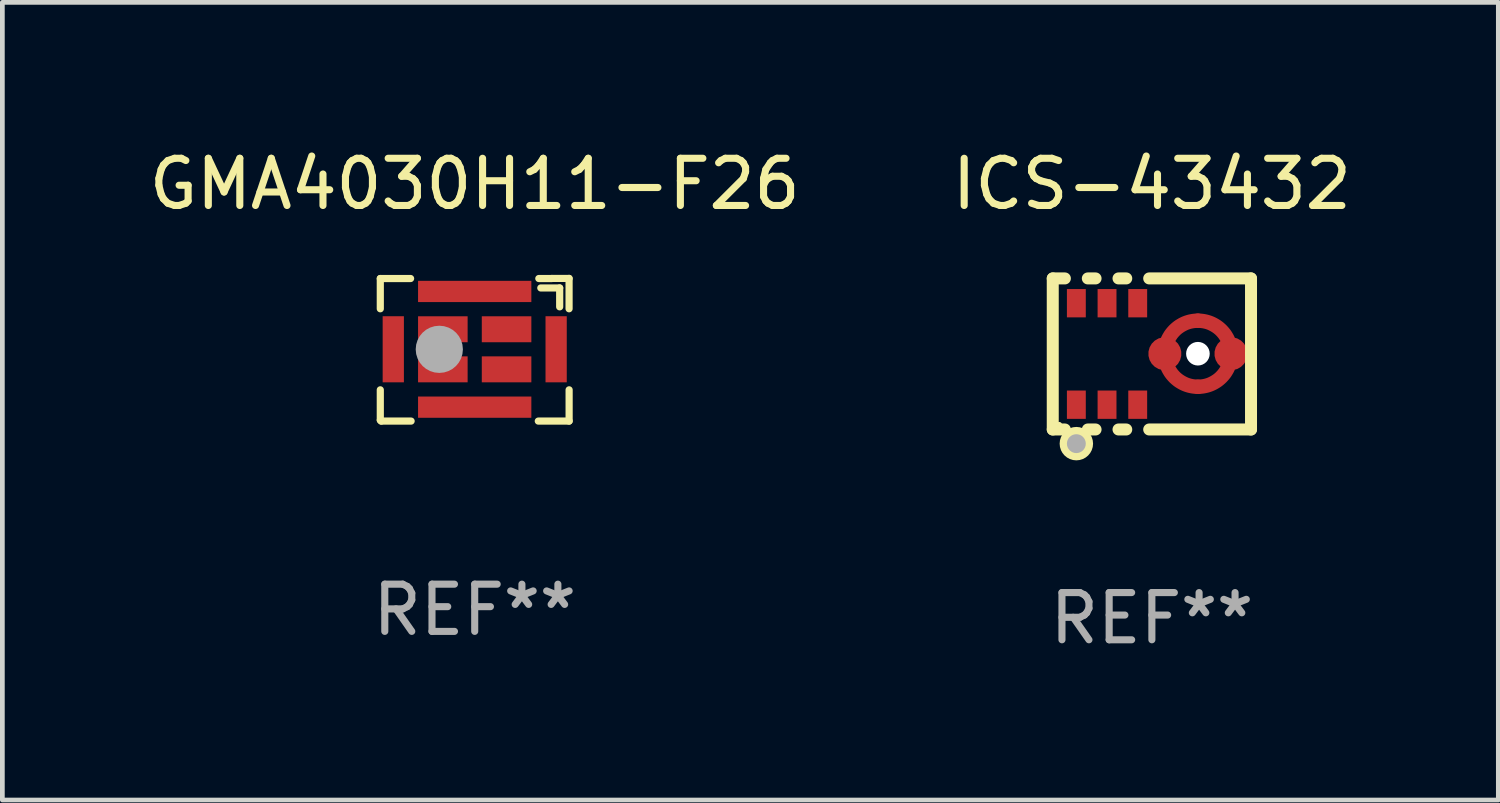
<source format=kicad_pcb>
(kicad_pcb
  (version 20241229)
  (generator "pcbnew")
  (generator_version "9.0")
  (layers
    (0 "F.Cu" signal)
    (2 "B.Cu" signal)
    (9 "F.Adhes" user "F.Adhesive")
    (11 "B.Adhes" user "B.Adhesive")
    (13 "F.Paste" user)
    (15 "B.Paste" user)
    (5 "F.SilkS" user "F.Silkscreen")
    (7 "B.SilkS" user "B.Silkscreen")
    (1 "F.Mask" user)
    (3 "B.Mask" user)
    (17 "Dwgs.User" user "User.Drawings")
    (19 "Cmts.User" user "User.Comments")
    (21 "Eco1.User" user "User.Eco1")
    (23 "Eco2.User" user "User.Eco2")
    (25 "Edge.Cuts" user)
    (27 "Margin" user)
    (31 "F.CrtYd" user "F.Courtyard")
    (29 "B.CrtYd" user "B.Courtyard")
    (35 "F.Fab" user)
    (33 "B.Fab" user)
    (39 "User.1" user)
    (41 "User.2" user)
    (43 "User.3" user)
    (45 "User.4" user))
  (footprint "GMA4030H11-F26"
    (layer "F.Cu")
    (at 7.006 4.359)
    (property "Reference" "GMA4030H11-F26" (at 0 -3.511 0) (layer "F.SilkS") (effects (font (size 1 1) (thickness 0.15))))
    (attr through_hole)
    (fp_line (start -2 -0.868) (end -2 -1.509) (stroke (width 0.152) (type solid)) (layer "F.SilkS"))
    (fp_line (start -2 1.491) (end -2 0.849) (stroke (width 0.152) (type solid)) (layer "F.SilkS"))
    (fp_line (start -1.98 1.511) (end -2 1.491) (stroke (width 0.152) (type solid)) (layer "F.SilkS"))
    (fp_line (start -1.358 -1.509) (end -2 -1.509) (stroke (width 0.152) (type solid)) (layer "F.SilkS"))
    (fp_line (start -1.347 1.511) (end -1.98 1.511) (stroke (width 0.152) (type solid)) (layer "F.SilkS"))
    (fp_line (start 1.4 -1.309) (end 1.8 -1.309) (stroke (width 0.152) (type solid)) (layer "F.SilkS"))
    (fp_line (start 1.638 -1.509) (end 1.358 -1.509) (stroke (width 0.152) (type solid)) (layer "F.SilkS"))
    (fp_line (start 1.8 -1.309) (end 1.8 -0.909) (stroke (width 0.152) (type solid)) (layer "F.SilkS"))
    (fp_line (start 1.999 -1.511) (end 1.638 -1.511) (stroke (width 0.152) (type solid)) (layer "F.SilkS"))
    (fp_line (start 1.999 -0.868) (end 1.999 -1.511) (stroke (width 0.152) (type solid)) (layer "F.SilkS"))
    (fp_line (start 2 1.511) (end 1.347 1.511) (stroke (width 0.152) (type solid)) (layer "F.SilkS"))
    (fp_line (start 2 1.511) (end 2 0.849) (stroke (width 0.152) (type solid)) (layer "F.SilkS"))
    (fp_circle (center 2 -1.509) (end 2.03 -1.509) (stroke (width 0.06) (type solid)) (fill no) (layer "F.SilkS"))
    (fp_circle (center -0.75 -0.009) (end -0.5 -0.009) (stroke (width 0.5) (type solid)) (fill no) (layer "F.Fab"))
    (fp_text user "REF**" (at 0 5.511 0) (layer "F.Fab") (effects (font (size 1 1) (thickness 0.15))))
    (pad "1" smd rect (at 0.675 -0.434) (size 1.05 0.55) (layers "F.Cu" "F.Mask" "F.Paste"))
    (pad "2" smd rect (at -0.675 -0.434) (size 1.05 0.55) (layers "F.Cu" "F.Mask" "F.Paste"))
    (pad "3" smd rect (at -0.675 0.415) (size 1.05 0.55) (layers "F.Cu" "F.Mask" "F.Paste"))
    (pad "4" smd rect (at 0.675 0.415) (size 1.05 0.55) (layers "F.Cu" "F.Mask" "F.Paste"))
    (pad "5" smd rect (at 1.725 -0.01) (size 0.45 1.4) (layers "F.Cu" "F.Mask" "F.Paste"))
    (pad "6" smd rect (at -0.000051 -1.235) (size 2.4 0.45) (layers "F.Cu" "F.Mask" "F.Paste"))
    (pad "7" smd rect (at -1.725 -0.01) (size 0.45 1.4) (layers "F.Cu" "F.Mask" "F.Paste"))
    (pad "8" smd rect (at -0.000051 1.216) (size 2.4 0.45) (layers "F.Cu" "F.Mask" "F.Paste")))
  (footprint "ICS-43432"
    (layer "F.Cu")
    (at 21.351 4.448)
    (property "Reference" "ICS-43432" (at 0 -3.6 0) (layer "F.SilkS") (effects (font (size 1 1) (thickness 0.15))))
    (attr through_hole)
    (fp_line (start -2.1 -1.6) (end -2.1 1.6) (stroke (width 0.254) (type solid)) (layer "F.SilkS"))
    (fp_line (start -2.1 -1.6) (end -1.843 -1.6) (stroke (width 0.254) (type solid)) (layer "F.SilkS"))
    (fp_line (start -1.843 1.6) (end -2.1 1.6) (stroke (width 0.254) (type solid)) (layer "F.SilkS"))
    (fp_line (start -1.357 -1.6) (end -1.193 -1.6) (stroke (width 0.254) (type solid)) (layer "F.SilkS"))
    (fp_line (start -1.193 1.6) (end -1.357 1.6) (stroke (width 0.254) (type solid)) (layer "F.SilkS"))
    (fp_line (start -0.707 -1.6) (end -0.543 -1.6) (stroke (width 0.254) (type solid)) (layer "F.SilkS"))
    (fp_line (start -0.543 1.6) (end -0.707 1.6) (stroke (width 0.254) (type solid)) (layer "F.SilkS"))
    (fp_line (start -0.057 -1.6) (end 2.1 -1.6) (stroke (width 0.254) (type solid)) (layer "F.SilkS"))
    (fp_line (start 2.1 0.000013) (end 2.1 -1.6) (stroke (width 0.254) (type solid)) (layer "F.SilkS"))
    (fp_line (start 2.1 1.6) (end -0.057 1.6) (stroke (width 0.254) (type solid)) (layer "F.SilkS"))
    (fp_line (start 2.1 1.6) (end 2.1 0.000013) (stroke (width 0.254) (type solid)) (layer "F.SilkS"))
    (fp_circle (center -1.963 1.5) (end -1.933 1.5) (stroke (width 0.06) (type solid)) (fill no) (layer "F.SilkS"))
    (fp_circle (center -1.6 1.9) (end -1.5 1.9) (stroke (width 0.254) (type solid)) (fill no) (layer "F.SilkS"))
    (fp_circle (center -1.6 1.9) (end -1.5 1.9) (stroke (width 0.2) (type solid)) (fill no) (layer "F.Fab"))
    (fp_text user "REF**" (at 0 5.6 0) (layer "F.Fab") (effects (font (size 1 1) (thickness 0.15))))
    (pad "" np_thru_hole circle (at 0.975 -0.005) (size 0.5 0.5) (drill 0.5) (layers "*.Cu" "*.Mask"))
    (pad "1" smd rect (at -1.6 1.075 90) (size 0.6 0.4) (layers "F.Cu" "F.Mask" "F.Paste"))
    (pad "2" smd rect (at -0.95 1.075 90) (size 0.6 0.4) (layers "F.Cu" "F.Mask" "F.Paste"))
    (pad "3" smd rect (at -0.3 1.075 90) (size 0.6 0.4) (layers "F.Cu" "F.Mask" "F.Paste"))
    (pad "4" smd custom (at 0.275 -0.005) (size 0.7 1.4) (layers "F.Cu" "F.Mask" "F.Paste") (options (anchor circle)) (primitives (gr_poly (pts (xy 0.7 -0.547) (xy 0.666 -0.546) (xy 0.633 -0.543) (xy 0.599 -0.538) (xy 0.566 -0.531) (xy 0.534 -0.522) (xy 0.502 -0.511) (xy 0.471 -0.497) (xy 0.441 -0.482) (xy 0.412 -0.465) (xy 0.384 -0.447) (xy 0.357 -0.427) (xy 0.331 -0.405) (xy 0.307 -0.381) (xy 0.284 -0.356) (xy 0.263 -0.33) (xy 0.244 -0.302) (xy 0.226 -0.274) (xy 0.21 -0.244) (xy 0.196 -0.213) (xy 0.184 -0.182) (xy 0.173 -0.15) (xy 0.165 -0.117) (xy 0.159 -0.084) (xy 0.155 -0.051) (xy 0.153 -0.017) (xy 0.153 0.017) (xy 0.155 0.051) (xy 0.159 0.084) (xy 0.165 0.117) (xy 0.173 0.15) (xy 0.184 0.182) (xy 0.196 0.213) (xy 0.21 0.244) (xy 0.226 0.274) (xy 0.244 0.302) (xy 0.263 0.33) (xy 0.284 0.356) (xy 0.307 0.381) (xy 0.331 0.405) (xy 0.357 0.427) (xy 0.384 0.447) (xy 0.412 0.465) (xy 0.441 0.482) (xy 0.471 0.497) (xy 0.502 0.511) (xy 0.534 0.522) (xy 0.566 0.531) (xy 0.599 0.538) (xy 0.633 0.543) (xy 0.666 0.546) (xy 0.7 0.547) (xy 0.718 0.549) (xy 0.735 0.552) (xy 0.752 0.557) (xy 0.768 0.564) (xy 0.784 0.573) (xy 0.798 0.583) (xy 0.811 0.595) (xy 0.822 0.609) (xy 0.832 0.624) (xy 0.84 0.64) (xy 0.846 0.656) (xy 0.85 0.674) (xy 0.852 0.691) (xy 0.852 0.709) (xy 0.85 0.726) (xy 0.846 0.744) (xy 0.84 0.76) (xy 0.832 0.776) (xy 0.822 0.791) (xy 0.811 0.805) (xy 0.798 0.817) (xy 0.784 0.827) (xy 0.768 0.836) (xy 0.752 0.843) (xy 0.735 0.848) (xy 0.718 0.851) (xy 0.7 0.853) (xy 0.658 0.851) (xy 0.616 0.848) (xy 0.575 0.843) (xy 0.534 0.836) (xy 0.493 0.827) (xy 0.453 0.816) (xy 0.413 0.803) (xy 0.374 0.788) (xy 0.336 0.771) (xy 0.298 0.752) (xy 0.262 0.731) (xy 0.226 0.709) (xy 0.192 0.685) (xy 0.159 0.659) (xy 0.128 0.632) (xy 0.097 0.603) (xy 0.068 0.572) (xy 0.041 0.541) (xy 0.015 0.508) (xy -0.009 0.474) (xy -0.031 0.438) (xy -0.052 0.402) (xy -0.071 0.364) (xy -0.088 0.326) (xy -0.103 0.287) (xy -0.116 0.247) (xy -0.127 0.207) (xy -0.136 0.166) (xy -0.143 0.125) (xy -0.148 0.084) (xy -0.151 0.042) (xy -0.153 0) (xy -0.151 -0.042) (xy -0.148 -0.084) (xy -0.143 -0.125) (xy -0.136 -0.166) (xy -0.127 -0.207) (xy -0.116 -0.247) (xy -0.103 -0.287) (xy -0.088 -0.326) (xy -0.071 -0.364) (xy -0.052 -0.402) (xy -0.031 -0.438) (xy -0.009 -0.474) (xy 0.015 -0.508) (xy 0.041 -0.541) (xy 0.068 -0.572) (xy 0.097 -0.603) (xy 0.128 -0.632) (xy 0.159 -0.659) (xy 0.192 -0.685) (xy 0.226 -0.709) (xy 0.262 -0.731) (xy 0.298 -0.752) (xy 0.336 -0.771) (xy 0.374 -0.788) (xy 0.413 -0.803) (xy 0.453 -0.816) (xy 0.493 -0.827) (xy 0.534 -0.836) (xy 0.575 -0.843) (xy 0.616 -0.848) (xy 0.658 -0.851) (xy 0.7 -0.853) (xy 0.718 -0.851) (xy 0.735 -0.848) (xy 0.752 -0.843) (xy 0.768 -0.836) (xy 0.784 -0.827) (xy 0.798 -0.817) (xy 0.811 -0.805) (xy 0.822 -0.791) (xy 0.832 -0.776) (xy 0.84 -0.76) (xy 0.846 -0.744) (xy 0.85 -0.726) (xy 0.852 -0.709) (xy 0.852 -0.691) (xy 0.85 -0.674) (xy 0.846 -0.656) (xy 0.84 -0.64) (xy 0.832 -0.624) (xy 0.822 -0.609) (xy 0.811 -0.595) (xy 0.798 -0.583) (xy 0.784 -0.573) (xy 0.768 -0.564) (xy 0.752 -0.557) (xy 0.735 -0.552) (xy 0.718 -0.549) (xy 0.7 -0.547)) (width 0) (fill yes))))
    (pad "4" smd custom (at 1.675 -0.005) (size 0.7 1.4) (layers "F.Cu" "F.Mask" "F.Paste") (options (anchor circle)) (primitives (gr_poly (pts (xy -0.7 0.547) (xy -0.666 0.546) (xy -0.633 0.543) (xy -0.599 0.538) (xy -0.566 0.531) (xy -0.534 0.522) (xy -0.502 0.511) (xy -0.471 0.497) (xy -0.441 0.482) (xy -0.412 0.465) (xy -0.384 0.447) (xy -0.357 0.427) (xy -0.331 0.405) (xy -0.307 0.381) (xy -0.284 0.356) (xy -0.263 0.33) (xy -0.244 0.302) (xy -0.226 0.274) (xy -0.21 0.244) (xy -0.196 0.213) (xy -0.184 0.182) (xy -0.173 0.15) (xy -0.165 0.117) (xy -0.159 0.084) (xy -0.155 0.051) (xy -0.153 0.017) (xy -0.153 -0.017) (xy -0.155 -0.051) (xy -0.159 -0.084) (xy -0.165 -0.117) (xy -0.173 -0.15) (xy -0.184 -0.182) (xy -0.196 -0.213) (xy -0.21 -0.244) (xy -0.226 -0.274) (xy -0.244 -0.302) (xy -0.263 -0.33) (xy -0.284 -0.356) (xy -0.307 -0.381) (xy -0.331 -0.405) (xy -0.357 -0.427) (xy -0.384 -0.447) (xy -0.412 -0.465) (xy -0.441 -0.482) (xy -0.471 -0.497) (xy -0.502 -0.511) (xy -0.534 -0.522) (xy -0.566 -0.531) (xy -0.599 -0.538) (xy -0.633 -0.543) (xy -0.666 -0.546) (xy -0.7 -0.547) (xy -0.718 -0.549) (xy -0.735 -0.552) (xy -0.752 -0.557) (xy -0.769 -0.564) (xy -0.784 -0.573) (xy -0.798 -0.583) (xy -0.811 -0.595) (xy -0.822 -0.609) (xy -0.832 -0.624) (xy -0.84 -0.64) (xy -0.846 -0.656) (xy -0.85 -0.674) (xy -0.852 -0.691) (xy -0.852 -0.709) (xy -0.85 -0.726) (xy -0.846 -0.744) (xy -0.84 -0.76) (xy -0.832 -0.776) (xy -0.822 -0.791) (xy -0.811 -0.805) (xy -0.798 -0.817) (xy -0.784 -0.827) (xy -0.769 -0.836) (xy -0.752 -0.843) (xy -0.735 -0.848) (xy -0.718 -0.851) (xy -0.7 -0.853) (xy -0.658 -0.851) (xy -0.616 -0.848) (xy -0.575 -0.843) (xy -0.534 -0.836) (xy -0.493 -0.827) (xy -0.453 -0.816) (xy -0.413 -0.803) (xy -0.374 -0.788) (xy -0.336 -0.771) (xy -0.298 -0.752) (xy -0.262 -0.731) (xy -0.226 -0.709) (xy -0.192 -0.685) (xy -0.159 -0.659) (xy -0.128 -0.632) (xy -0.097 -0.603) (xy -0.068 -0.572) (xy -0.041 -0.541) (xy -0.015 -0.508) (xy 0.009 -0.474) (xy 0.031 -0.438) (xy 0.052 -0.402) (xy 0.071 -0.364) (xy 0.088 -0.326) (xy 0.103 -0.287) (xy 0.116 -0.247) (xy 0.127 -0.207) (xy 0.136 -0.166) (xy 0.143 -0.125) (xy 0.148 -0.084) (xy 0.151 -0.042) (xy 0.152 0) (xy 0.151 0.042) (xy 0.148 0.084) (xy 0.143 0.125) (xy 0.136 0.166) (xy 0.127 0.207) (xy 0.116 0.247) (xy 0.103 0.287) (xy 0.088 0.326) (xy 0.071 0.364) (xy 0.052 0.402) (xy 0.031 0.438) (xy 0.009 0.474) (xy -0.015 0.508) (xy -0.041 0.541) (xy -0.068 0.572) (xy -0.097 0.603) (xy -0.128 0.632) (xy -0.159 0.659) (xy -0.192 0.685) (xy -0.226 0.709) (xy -0.262 0.731) (xy -0.298 0.752) (xy -0.336 0.771) (xy -0.374 0.788) (xy -0.413 0.803) (xy -0.453 0.816) (xy -0.493 0.827) (xy -0.534 0.836) (xy -0.575 0.843) (xy -0.616 0.848) (xy -0.658 0.851) (xy -0.7 0.853) (xy -0.718 0.851) (xy -0.735 0.848) (xy -0.752 0.843) (xy -0.769 0.836) (xy -0.784 0.827) (xy -0.798 0.817) (xy -0.811 0.805) (xy -0.822 0.791) (xy -0.832 0.776) (xy -0.84 0.76) (xy -0.846 0.744) (xy -0.85 0.726) (xy -0.852 0.709) (xy -0.852 0.691) (xy -0.85 0.674) (xy -0.846 0.656) (xy -0.84 0.64) (xy -0.832 0.624) (xy -0.822 0.609) (xy -0.811 0.595) (xy -0.798 0.583) (xy -0.784 0.573) (xy -0.769 0.564) (xy -0.752 0.557) (xy -0.735 0.552) (xy -0.718 0.549) (xy -0.7 0.547)) (width 0) (fill yes))))
    (pad "5" smd rect (at -0.3 -1.075 90) (size 0.6 0.4) (layers "F.Cu" "F.Mask" "F.Paste"))
    (pad "6" smd rect (at -0.95 -1.075 90) (size 0.6 0.4) (layers "F.Cu" "F.Mask" "F.Paste"))
    (pad "7" smd rect (at -1.6 -1.075 90) (size 0.6 0.4) (layers "F.Cu" "F.Mask" "F.Paste")))
  (gr_rect
    (start -3 -3)
    (end 28.69 13.897)
    (stroke (width 0.1) (type default))
    (fill no)
    (layer "Edge.Cuts")))
</source>
